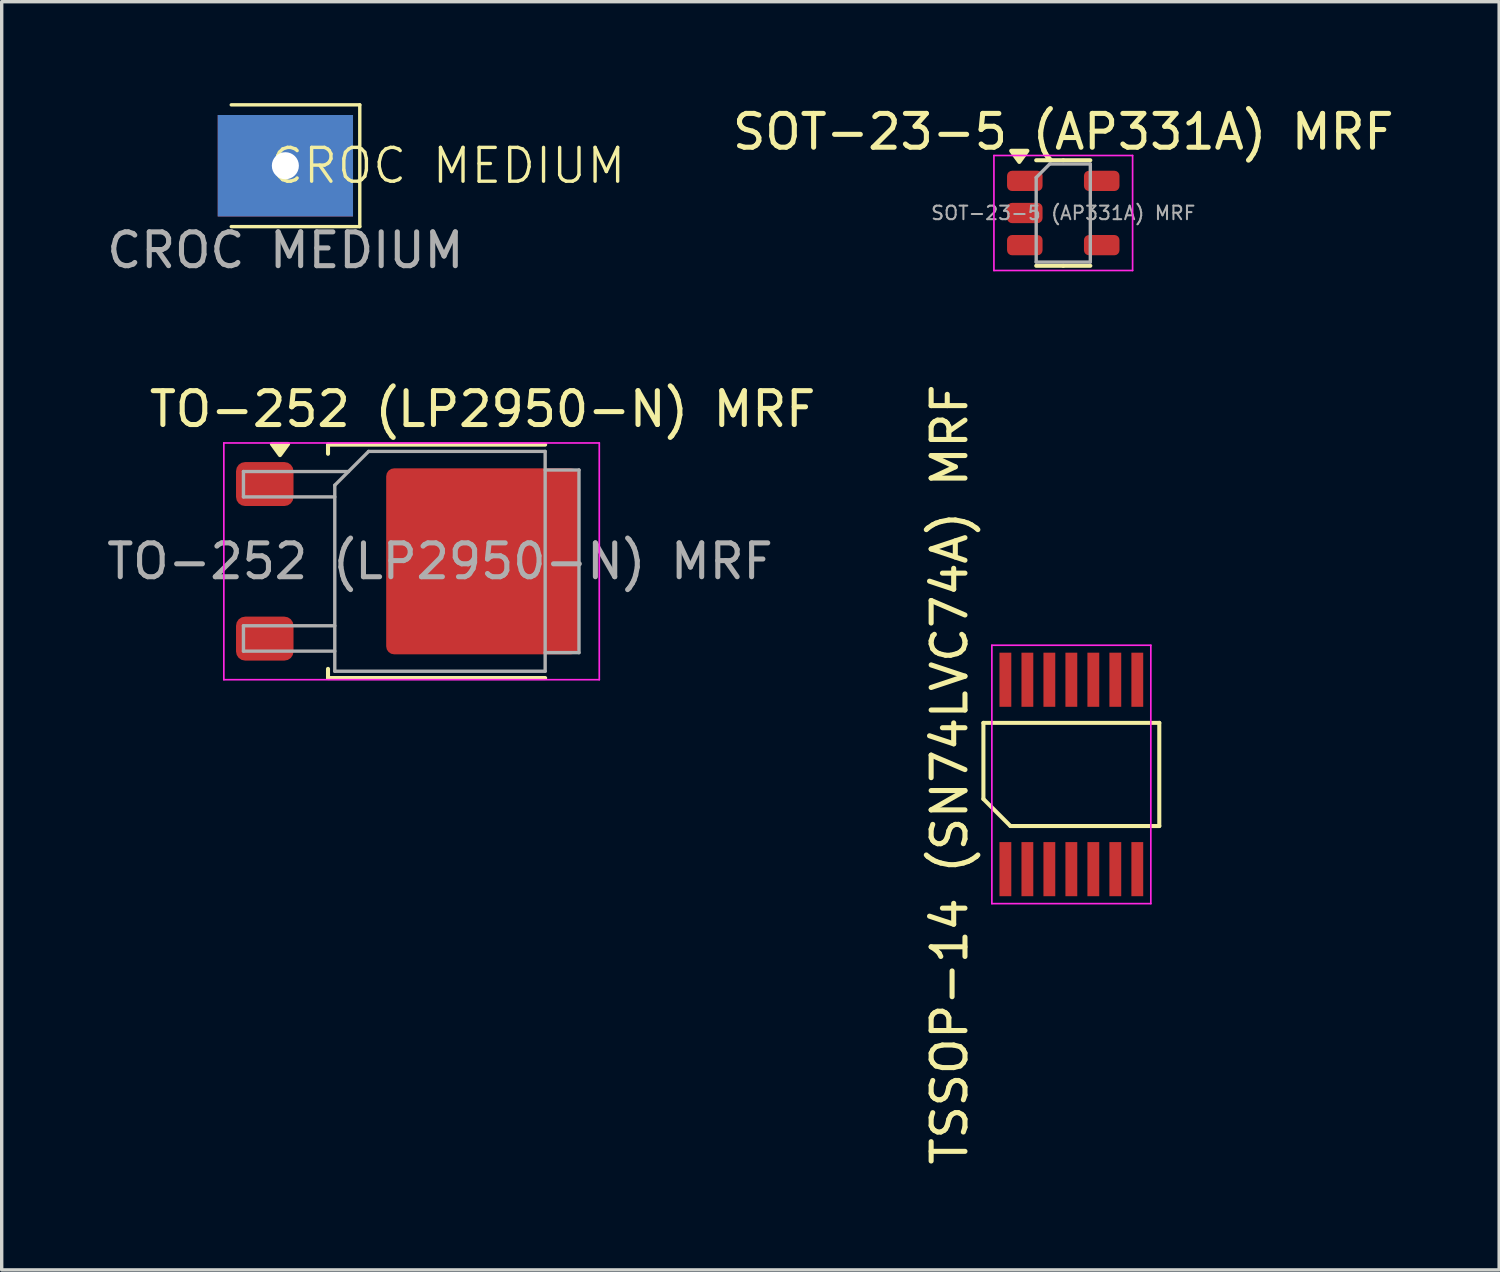
<source format=kicad_pcb>
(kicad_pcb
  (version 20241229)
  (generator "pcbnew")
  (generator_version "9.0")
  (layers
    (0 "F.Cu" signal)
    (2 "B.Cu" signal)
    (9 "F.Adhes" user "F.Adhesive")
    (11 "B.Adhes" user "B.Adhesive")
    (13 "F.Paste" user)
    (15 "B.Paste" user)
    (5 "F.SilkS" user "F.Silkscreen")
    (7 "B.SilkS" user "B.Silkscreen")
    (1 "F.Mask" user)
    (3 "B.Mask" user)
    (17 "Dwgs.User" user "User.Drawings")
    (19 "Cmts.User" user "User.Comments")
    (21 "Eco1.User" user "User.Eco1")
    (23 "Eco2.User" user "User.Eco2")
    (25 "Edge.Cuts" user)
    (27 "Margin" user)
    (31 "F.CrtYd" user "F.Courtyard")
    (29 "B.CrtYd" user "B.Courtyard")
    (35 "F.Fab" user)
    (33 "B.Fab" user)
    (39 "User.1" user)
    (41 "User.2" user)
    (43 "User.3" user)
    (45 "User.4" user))
  (footprint "CROC MEDIUM"
    (layer "F.Cu")
    (at 5.387 1.85)
    (property "Reference" "CROC MEDIUM" (at 4.8 0 0) (unlocked yes) (layer "F.SilkS") (effects (font (size 1 1) (thickness 0.1))))
    (attr through_hole)
    (fp_line (start -1.6 -1.8) (end 2.2 -1.8) (stroke (width 0.1) (type default)) (layer "F.SilkS"))
    (fp_line (start 2.2 -1.8) (end 2.2 1.8) (stroke (width 0.1) (type default)) (layer "F.SilkS"))
    (fp_line (start 2.2 1.8) (end -1.6 1.8) (stroke (width 0.1) (type default)) (layer "F.SilkS"))
    (fp_text user "${REFERENCE}" (at 0 2.5 0) (unlocked yes) (layer "F.Fab") (effects (font (size 1 1) (thickness 0.15))))
    (pad "1" thru_hole rect (at 0 0) (size 4 3) (drill 0.8) (layers "*.Cu" "*.Mask")))
  (footprint "SOT-23-5 (AP331A) MRF"
    (layer "F.Cu")
    (at 28.386 3.248)
    (property "Reference" "SOT-23-5 (AP331A) MRF" (at 0 -2.4 0) (layer "F.SilkS") (effects (font (size 1 1) (thickness 0.15))))
    (attr smd)
    (fp_line (start 0 -1.56) (end -0.8 -1.56) (stroke (width 0.12) (type solid)) (layer "F.SilkS"))
    (fp_line (start 0 -1.56) (end 0.8 -1.56) (stroke (width 0.12) (type solid)) (layer "F.SilkS"))
    (fp_line (start 0 1.56) (end -0.8 1.56) (stroke (width 0.12) (type solid)) (layer "F.SilkS"))
    (fp_line (start 0 1.56) (end 0.8 1.56) (stroke (width 0.12) (type solid)) (layer "F.SilkS"))
    (fp_poly (pts (xy -1.3 -1.51) (xy -1.54 -1.84) (xy -1.06 -1.84) (xy -1.3 -1.51)) (stroke (width 0.12) (type solid)) (fill yes) (layer "F.SilkS"))
    (fp_line (start -2.05 -1.7) (end -2.05 1.7) (stroke (width 0.05) (type solid)) (layer "F.CrtYd"))
    (fp_line (start -2.05 1.7) (end 2.05 1.7) (stroke (width 0.05) (type solid)) (layer "F.CrtYd"))
    (fp_line (start 2.05 -1.7) (end -2.05 -1.7) (stroke (width 0.05) (type solid)) (layer "F.CrtYd"))
    (fp_line (start 2.05 1.7) (end 2.05 -1.7) (stroke (width 0.05) (type solid)) (layer "F.CrtYd"))
    (fp_line (start -0.8 -1.05) (end -0.4 -1.45) (stroke (width 0.1) (type solid)) (layer "F.Fab"))
    (fp_line (start -0.8 1.45) (end -0.8 -1.05) (stroke (width 0.1) (type solid)) (layer "F.Fab"))
    (fp_line (start -0.4 -1.45) (end 0.8 -1.45) (stroke (width 0.1) (type solid)) (layer "F.Fab"))
    (fp_line (start 0.8 -1.45) (end 0.8 1.45) (stroke (width 0.1) (type solid)) (layer "F.Fab"))
    (fp_line (start 0.8 1.45) (end -0.8 1.45) (stroke (width 0.1) (type solid)) (layer "F.Fab"))
    (fp_text user "${REFERENCE}" (at 0 0 0) (layer "F.Fab") (effects (font (size 0.4 0.4) (thickness 0.06))))
    (pad "1" smd roundrect (at -1.137 -0.95) (size 1.05 0.6) (layers "F.Cu" "F.Mask" "F.Paste") (roundrect_rratio 0.25))
    (pad "2" smd roundrect (at -1.137 0) (size 1.05 0.6) (layers "F.Cu" "F.Mask" "F.Paste") (roundrect_rratio 0.25))
    (pad "3" smd roundrect (at -1.137 0.95) (size 1.05 0.6) (layers "F.Cu" "F.Mask" "F.Paste") (roundrect_rratio 0.25))
    (pad "4" smd roundrect (at 1.137 0.95) (size 1.05 0.6) (layers "F.Cu" "F.Mask" "F.Paste") (roundrect_rratio 0.25))
    (pad "5" smd roundrect (at 1.137 -0.95) (size 1.05 0.6) (layers "F.Cu" "F.Mask" "F.Paste") (roundrect_rratio 0.25)))
  (footprint "TSSOP-14 (SN74LVC74A) MRF"
    (layer "F.Cu")
    (at 28.625 19.847)
    (property "Reference" "TSSOP-14 (SN74LVC74A) MRF" (at -3.6 0 90) (layer "F.SilkS") (effects (font (size 1 1) (thickness 0.15))))
    (attr smd)
    (fp_line (start -2.6 -1.525) (end 2.6 -1.525) (stroke (width 0.12) (type default)) (layer "F.SilkS"))
    (fp_line (start -2.6 0.725) (end -2.6 -1.525) (stroke (width 0.12) (type default)) (layer "F.SilkS"))
    (fp_line (start -1.8 1.525) (end -2.6 0.725) (stroke (width 0.12) (type default)) (layer "F.SilkS"))
    (fp_line (start 2.6 -1.525) (end 2.6 1.525) (stroke (width 0.12) (type default)) (layer "F.SilkS"))
    (fp_line (start 2.6 1.525) (end -1.8 1.525) (stroke (width 0.12) (type default)) (layer "F.SilkS"))
    (fp_line (start -2.35 -3.82) (end 2.35 -3.82) (stroke (width 0.05) (type default)) (layer "F.CrtYd"))
    (fp_line (start -2.35 3.82) (end -2.35 -3.82) (stroke (width 0.05) (type default)) (layer "F.CrtYd"))
    (fp_line (start 2.35 -3.82) (end 2.35 3.82) (stroke (width 0.05) (type default)) (layer "F.CrtYd"))
    (fp_line (start 2.35 3.82) (end -2.35 3.82) (stroke (width 0.05) (type default)) (layer "F.CrtYd"))
    (pad "1" smd rect (at -1.95 2.8) (size 0.35 1.6) (layers "F.Cu" "F.Mask" "F.Paste"))
    (pad "2" smd rect (at -1.3 2.8) (size 0.35 1.6) (layers "F.Cu" "F.Mask" "F.Paste"))
    (pad "3" smd rect (at -0.65 2.8) (size 0.35 1.6) (layers "F.Cu" "F.Mask" "F.Paste"))
    (pad "4" smd rect (at 0 2.8) (size 0.35 1.6) (layers "F.Cu" "F.Mask" "F.Paste"))
    (pad "5" smd rect (at 0.65 2.8) (size 0.35 1.6) (layers "F.Cu" "F.Mask" "F.Paste"))
    (pad "6" smd rect (at 1.3 2.8) (size 0.35 1.6) (layers "F.Cu" "F.Mask" "F.Paste"))
    (pad "7" smd rect (at 1.95 2.8) (size 0.35 1.6) (layers "F.Cu" "F.Mask" "F.Paste"))
    (pad "8" smd rect (at 1.95 -2.8) (size 0.35 1.6) (layers "F.Cu" "F.Mask" "F.Paste"))
    (pad "9" smd rect (at 1.3 -2.8) (size 0.35 1.6) (layers "F.Cu" "F.Mask" "F.Paste"))
    (pad "10" smd rect (at 0.65 -2.8) (size 0.35 1.6) (layers "F.Cu" "F.Mask" "F.Paste"))
    (pad "11" smd rect (at 0 -2.8) (size 0.35 1.6) (layers "F.Cu" "F.Mask" "F.Paste"))
    (pad "12" smd rect (at -0.65 -2.8) (size 0.35 1.6) (layers "F.Cu" "F.Mask" "F.Paste"))
    (pad "13" smd rect (at -1.3 -2.8) (size 0.35 1.6) (layers "F.Cu" "F.Mask" "F.Paste"))
    (pad "14" smd rect (at -1.95 -2.8) (size 0.35 1.6) (layers "F.Cu" "F.Mask" "F.Paste")))
  (footprint "TO-252 (LP2950-N) MRF"
    (layer "F.Cu")
    (at 11.218 13.546)
    (property "Reference" "TO-252 (LP2950-N) MRF" (at 0 -4.5 0) (layer "F.SilkS") (effects (font (size 1 1) (thickness 0.15))))
    (attr smd)
    (fp_line (start -4.57 -3.45) (end -4.57 -3.18) (stroke (width 0.12) (type solid)) (layer "F.SilkS"))
    (fp_line (start -4.57 3.45) (end -4.57 3.18) (stroke (width 0.12) (type solid)) (layer "F.SilkS"))
    (fp_line (start 1.85 -3.45) (end -4.57 -3.45) (stroke (width 0.12) (type solid)) (layer "F.SilkS"))
    (fp_line (start 1.85 3.45) (end -4.57 3.45) (stroke (width 0.12) (type solid)) (layer "F.SilkS"))
    (fp_poly (pts (xy -5.99 -3.14) (xy -6.23 -3.47) (xy -5.75 -3.47) (xy -5.99 -3.14)) (stroke (width 0.12) (type solid)) (fill yes) (layer "F.SilkS"))
    (fp_line (start -7.65 -3.5) (end -7.65 3.5) (stroke (width 0.05) (type solid)) (layer "F.CrtYd"))
    (fp_line (start -7.65 3.5) (end 3.45 3.5) (stroke (width 0.05) (type solid)) (layer "F.CrtYd"))
    (fp_line (start 3.45 -3.5) (end -7.65 -3.5) (stroke (width 0.05) (type solid)) (layer "F.CrtYd"))
    (fp_line (start 3.45 3.5) (end 3.45 -3.5) (stroke (width 0.05) (type solid)) (layer "F.CrtYd"))
    (fp_line (start -7.07 -2.655) (end -7.07 -1.905) (stroke (width 0.1) (type solid)) (layer "F.Fab"))
    (fp_line (start -7.07 -1.905) (end -4.37 -1.905) (stroke (width 0.1) (type solid)) (layer "F.Fab"))
    (fp_line (start -7.07 1.905) (end -7.07 2.655) (stroke (width 0.1) (type solid)) (layer "F.Fab"))
    (fp_line (start -7.07 2.655) (end -4.37 2.655) (stroke (width 0.1) (type solid)) (layer "F.Fab"))
    (fp_line (start -4.37 -2.25) (end -3.37 -3.25) (stroke (width 0.1) (type solid)) (layer "F.Fab"))
    (fp_line (start -4.37 1.905) (end -7.07 1.905) (stroke (width 0.1) (type solid)) (layer "F.Fab"))
    (fp_line (start -4.37 3.25) (end -4.37 -2.25) (stroke (width 0.1) (type solid)) (layer "F.Fab"))
    (fp_line (start -3.965 -2.655) (end -7.07 -2.655) (stroke (width 0.1) (type solid)) (layer "F.Fab"))
    (fp_line (start -3.37 -3.25) (end 1.85 -3.25) (stroke (width 0.1) (type solid)) (layer "F.Fab"))
    (fp_line (start 1.85 -3.25) (end 1.85 3.25) (stroke (width 0.1) (type solid)) (layer "F.Fab"))
    (fp_line (start 1.85 -2.7) (end 2.85 -2.7) (stroke (width 0.1) (type solid)) (layer "F.Fab"))
    (fp_line (start 1.85 3.25) (end -4.37 3.25) (stroke (width 0.1) (type solid)) (layer "F.Fab"))
    (fp_line (start 2.85 -2.7) (end 2.85 2.7) (stroke (width 0.1) (type solid)) (layer "F.Fab"))
    (fp_line (start 2.85 2.7) (end 1.85 2.7) (stroke (width 0.1) (type solid)) (layer "F.Fab"))
    (fp_text user "${REFERENCE}" (at -1.26 0 0) (layer "F.Fab") (effects (font (size 1 1) (thickness 0.15))))
    (pad "1" smd roundrect (at -6.44 -2.285) (size 1.7 1.3) (layers "F.Cu" "F.Mask" "F.Paste") (roundrect_rratio 0.208))
    (pad "2" smd roundrect (at 0 0) (size 5.7 5.5) (layers "F.Cu" "F.Mask") (roundrect_rratio 0.043))
    (pad "3" smd roundrect (at -6.44 2.285) (size 1.7 1.3) (layers "F.Cu" "F.Mask" "F.Paste") (roundrect_rratio 0.208)))
  (gr_rect
    (start -3 -3)
    (end 41.273 34.496)
    (stroke (width 0.1) (type default))
    (fill no)
    (layer "Edge.Cuts")))
</source>
